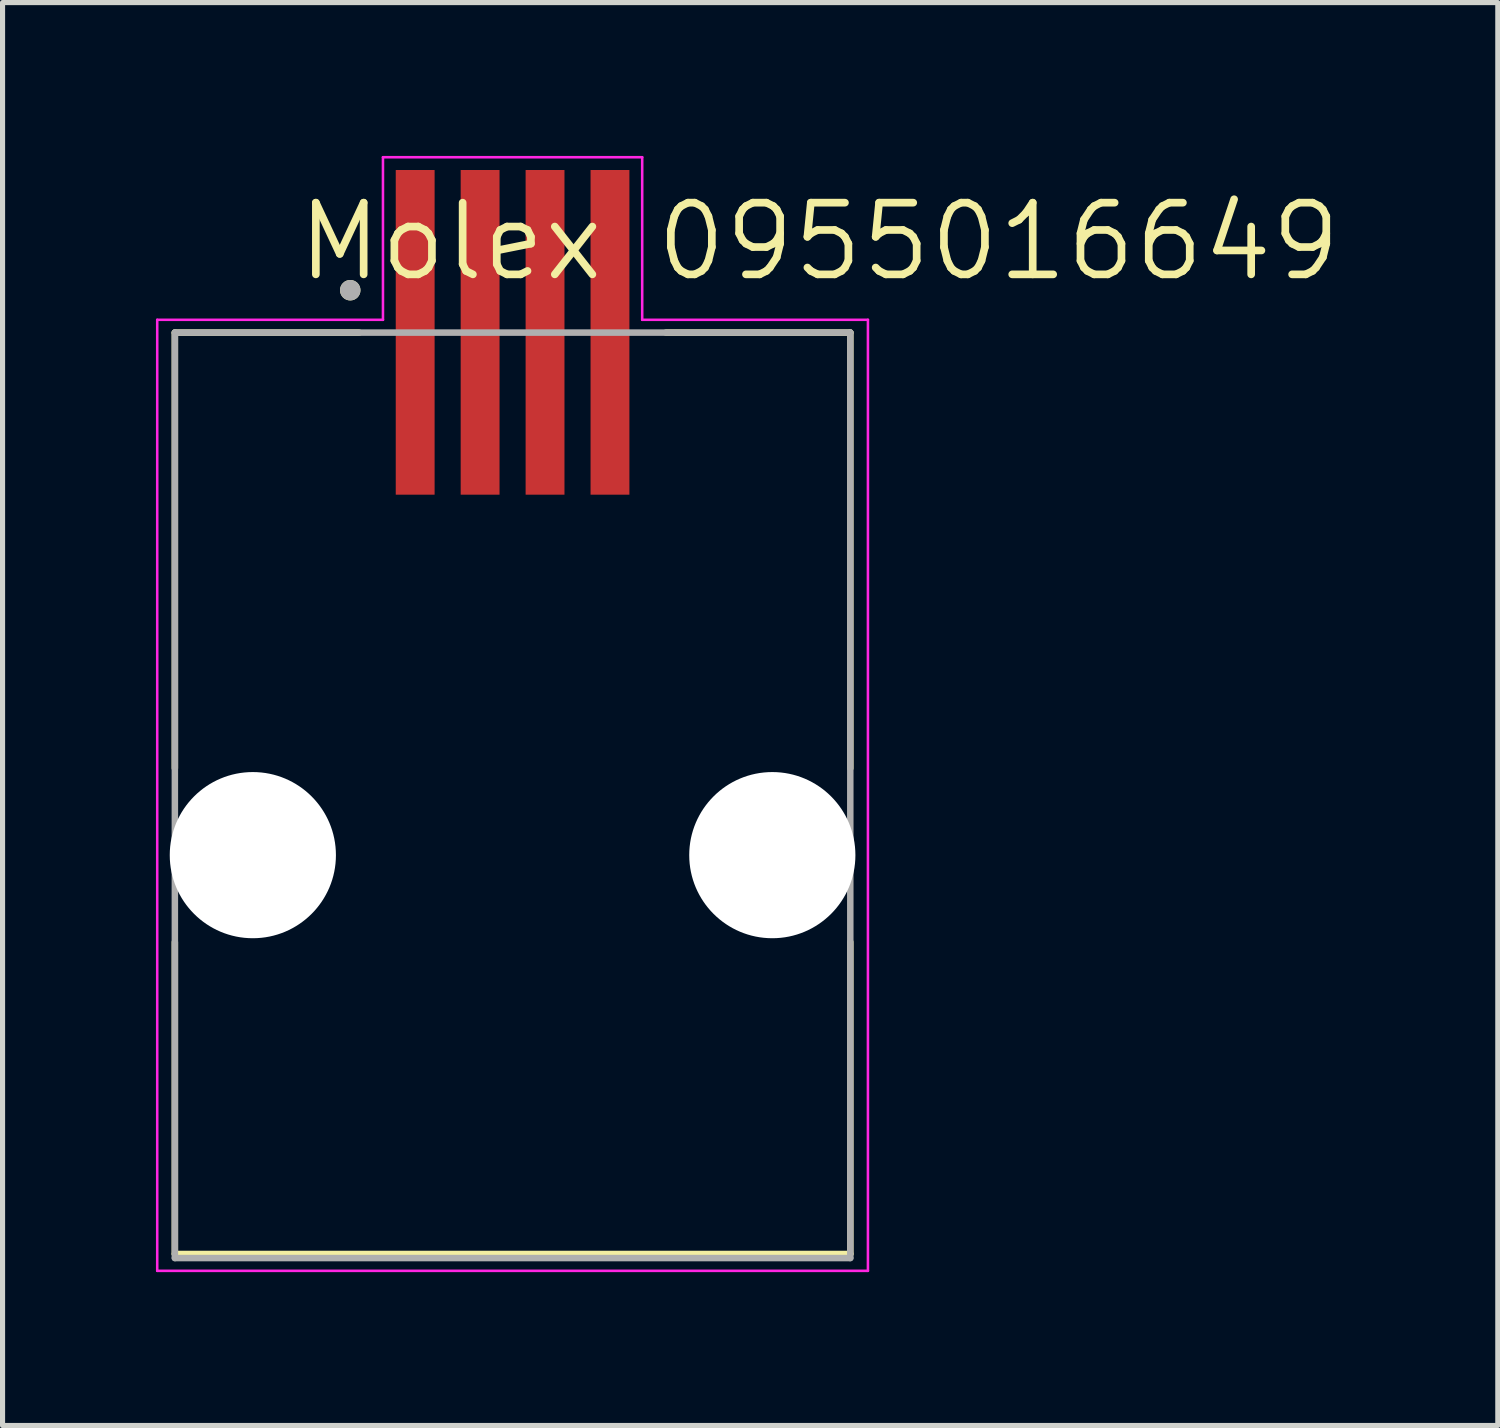
<source format=kicad_pcb>
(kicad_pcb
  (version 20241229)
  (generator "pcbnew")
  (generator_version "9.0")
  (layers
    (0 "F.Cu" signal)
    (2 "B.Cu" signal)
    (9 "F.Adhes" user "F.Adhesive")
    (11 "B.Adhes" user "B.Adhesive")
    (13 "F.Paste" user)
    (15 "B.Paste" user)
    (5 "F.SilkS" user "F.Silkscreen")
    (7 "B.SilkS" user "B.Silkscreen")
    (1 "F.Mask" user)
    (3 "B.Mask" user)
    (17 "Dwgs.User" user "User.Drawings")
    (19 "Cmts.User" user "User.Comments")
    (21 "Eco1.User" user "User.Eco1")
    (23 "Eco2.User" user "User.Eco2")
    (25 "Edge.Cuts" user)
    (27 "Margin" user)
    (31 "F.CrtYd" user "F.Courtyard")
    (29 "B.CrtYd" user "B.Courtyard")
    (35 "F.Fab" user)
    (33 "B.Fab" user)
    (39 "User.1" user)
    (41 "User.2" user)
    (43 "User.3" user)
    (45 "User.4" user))
  (footprint "Molex 0955016649"
    (layer "F.Cu")
    (at 6.975 13.675)
    (property "Reference" "Molex 0955016649" (at 6 -12 0) (layer "F.SilkS") (effects (font (size 1.402 1.402) (thickness 0.15))))
    (attr smd)
    (fp_line (start -6.605 -10.22) (end -6.605 -1.7) (stroke (width 0.127) (type solid)) (layer "F.SilkS"))
    (fp_line (start -6.605 -10.22) (end -3 -10.22) (stroke (width 0.127) (type solid)) (layer "F.SilkS"))
    (fp_line (start -6.605 1.7) (end -6.605 7.8) (stroke (width 0.127) (type solid)) (layer "F.SilkS"))
    (fp_line (start 3 -10.22) (end 6.605 -10.22) (stroke (width 0.127) (type solid)) (layer "F.SilkS"))
    (fp_line (start 6.605 -10.22) (end 6.605 -1.7) (stroke (width 0.127) (type solid)) (layer "F.SilkS"))
    (fp_line (start 6.605 7.8) (end -6.605 7.8) (stroke (width 0.127) (type solid)) (layer "F.SilkS"))
    (fp_line (start 6.605 7.8) (end 6.605 1.7) (stroke (width 0.127) (type solid)) (layer "F.SilkS"))
    (fp_circle (center -3.175 -11.049) (end -3.075 -11.049) (stroke (width 0.2) (type solid)) (fill no) (layer "F.SilkS"))
    (fp_line (start -6.95 -10.47) (end -2.535 -10.47) (stroke (width 0.05) (type solid)) (layer "F.CrtYd"))
    (fp_line (start -6.95 8.13) (end -6.95 -10.47) (stroke (width 0.05) (type solid)) (layer "F.CrtYd"))
    (fp_line (start -6.95 8.13) (end 6.95 8.13) (stroke (width 0.05) (type solid)) (layer "F.CrtYd"))
    (fp_line (start -2.535 -13.65) (end 2.535 -13.65) (stroke (width 0.05) (type solid)) (layer "F.CrtYd"))
    (fp_line (start -2.535 -10.47) (end -2.535 -13.65) (stroke (width 0.05) (type solid)) (layer "F.CrtYd"))
    (fp_line (start 2.535 -13.65) (end 2.535 -10.47) (stroke (width 0.05) (type solid)) (layer "F.CrtYd"))
    (fp_line (start 6.95 -10.47) (end 2.535 -10.47) (stroke (width 0.05) (type solid)) (layer "F.CrtYd"))
    (fp_line (start 6.95 8.13) (end 6.95 -10.47) (stroke (width 0.05) (type solid)) (layer "F.CrtYd"))
    (fp_line (start -6.605 -10.22) (end 6.605 -10.22) (stroke (width 0.127) (type solid)) (layer "F.Fab"))
    (fp_line (start -6.605 7.88) (end -6.605 -10.22) (stroke (width 0.127) (type solid)) (layer "F.Fab"))
    (fp_line (start 6.605 -10.22) (end 6.605 7.88) (stroke (width 0.127) (type solid)) (layer "F.Fab"))
    (fp_line (start 6.605 7.88) (end -6.605 7.88) (stroke (width 0.127) (type solid)) (layer "F.Fab"))
    (fp_circle (center -3.175 -11.049) (end -3.075 -11.049) (stroke (width 0.2) (type solid)) (fill no) (layer "F.Fab"))
    (pad "" np_thru_hole circle (at -5.08 0) (size 3.25 3.25) (drill 3.25) (layers "*.Cu" "*.Mask"))
    (pad "" np_thru_hole circle (at 5.08 0) (size 3.25 3.25) (drill 3.25) (layers "*.Cu" "*.Mask"))
    (pad "1" smd rect (at -1.905 -10.225) (size 0.76 6.35) (layers "F.Cu" "F.Mask" "F.Paste"))
    (pad "2" smd rect (at -0.635 -10.225) (size 0.76 6.35) (layers "F.Cu" "F.Mask" "F.Paste"))
    (pad "3" smd rect (at 0.635 -10.225) (size 0.76 6.35) (layers "F.Cu" "F.Mask" "F.Paste"))
    (pad "4" smd rect (at 1.905 -10.225) (size 0.76 6.35) (layers "F.Cu" "F.Mask" "F.Paste")))
  (gr_rect
    (start -3 -3)
    (end 26.244 24.83)
    (stroke (width 0.1) (type default))
    (fill no)
    (layer "Edge.Cuts")))
</source>
